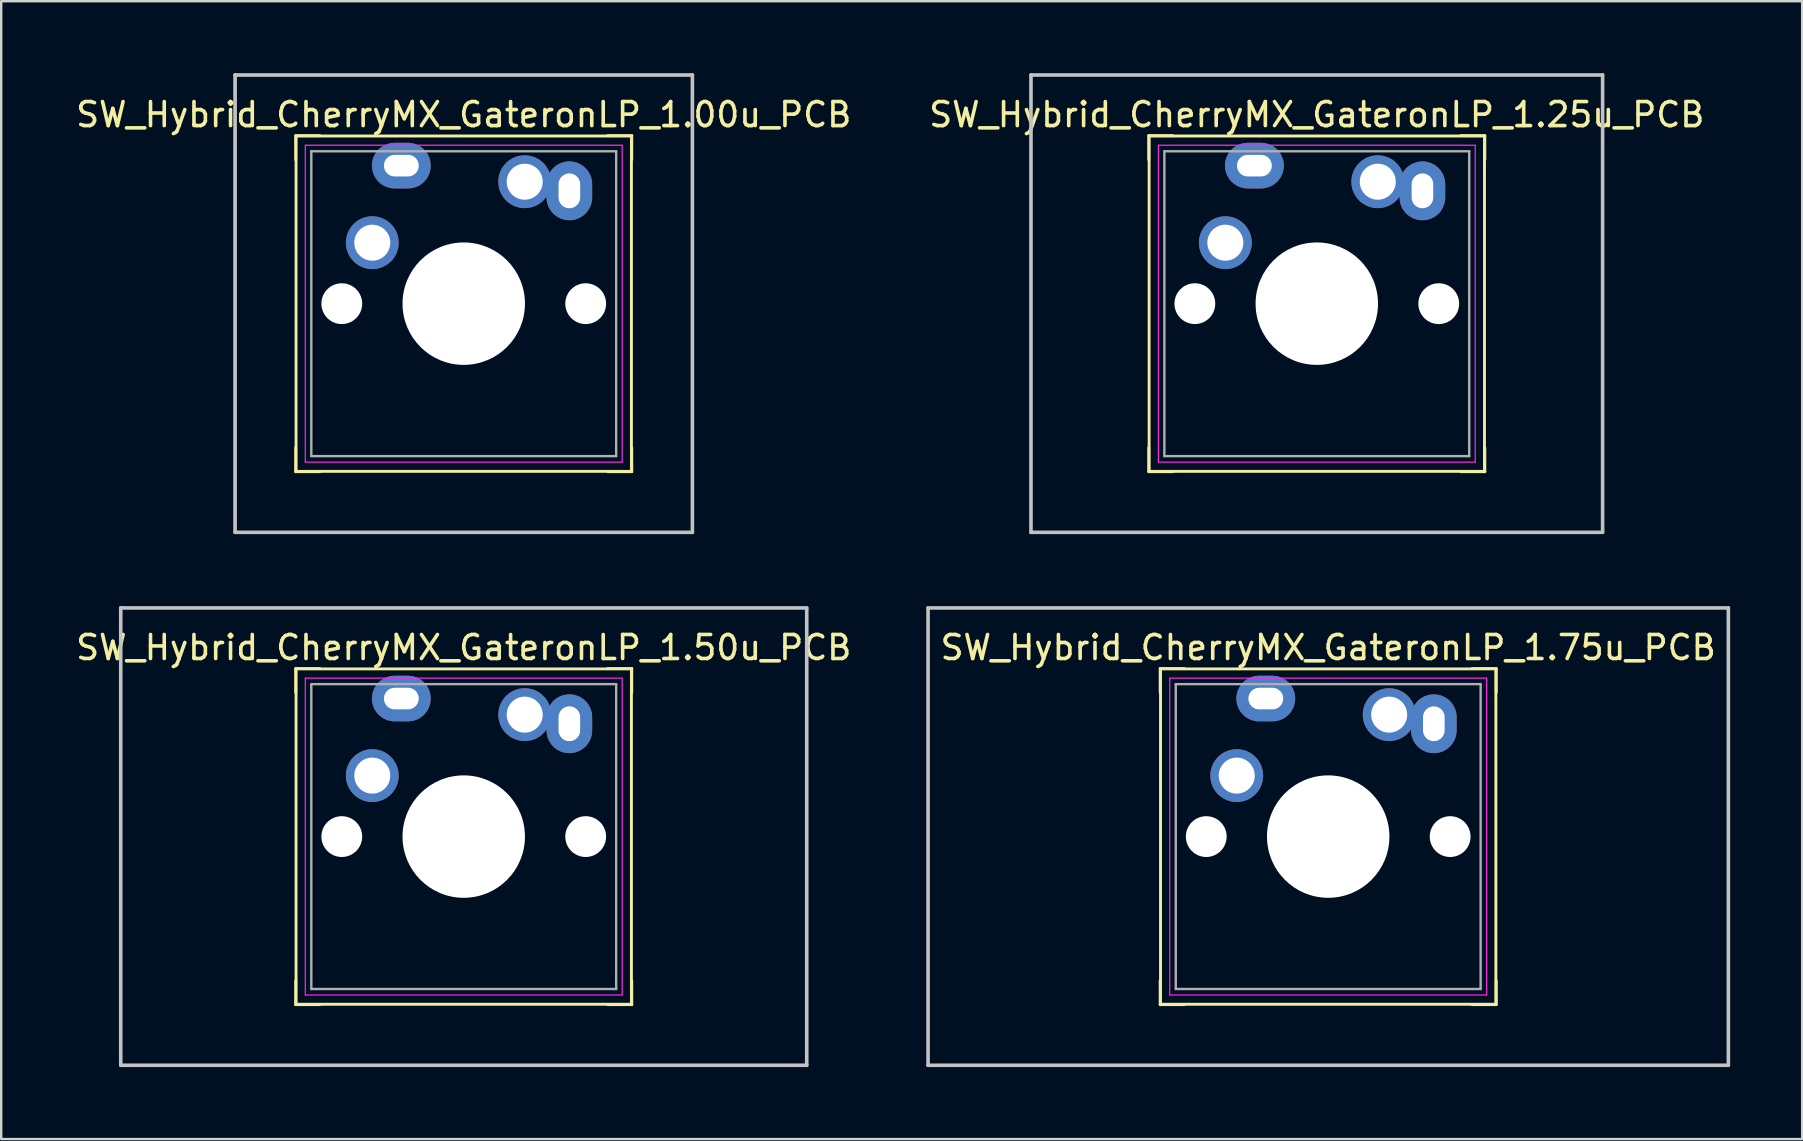
<source format=kicad_pcb>
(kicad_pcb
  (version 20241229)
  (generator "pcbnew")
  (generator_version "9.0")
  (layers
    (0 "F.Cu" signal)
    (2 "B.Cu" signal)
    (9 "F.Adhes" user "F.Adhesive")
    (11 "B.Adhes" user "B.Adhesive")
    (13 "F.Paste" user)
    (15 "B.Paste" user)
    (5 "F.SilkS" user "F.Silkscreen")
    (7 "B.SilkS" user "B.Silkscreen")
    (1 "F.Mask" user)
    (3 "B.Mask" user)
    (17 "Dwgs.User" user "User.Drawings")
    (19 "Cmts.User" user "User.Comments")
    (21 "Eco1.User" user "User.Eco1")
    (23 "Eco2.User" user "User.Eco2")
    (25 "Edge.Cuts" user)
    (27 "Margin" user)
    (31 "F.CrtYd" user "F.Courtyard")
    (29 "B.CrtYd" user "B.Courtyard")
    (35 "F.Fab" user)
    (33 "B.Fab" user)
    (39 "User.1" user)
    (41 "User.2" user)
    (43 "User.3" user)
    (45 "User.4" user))
  (footprint "SW_Hybrid_CherryMX_GateronLP_1.50u_PCB"
    (layer "F.Cu")
    (at 18.808 26.72)
    (property "Reference" "SW_Hybrid_CherryMX_GateronLP_1.50u_PCB" (at -2.54 -2.794 0) (layer "F.SilkS") (effects (font (size 1 1) (thickness 0.15))))
    (attr through_hole)
    (fp_line (start -9.54 -1.92) (end -8.54 -1.92) (stroke (width 0.12) (type solid)) (layer "F.SilkS"))
    (fp_line (start -9.54 -0.92) (end -9.54 -1.92) (stroke (width 0.12) (type solid)) (layer "F.SilkS"))
    (fp_line (start -9.54 12.08) (end -9.54 11.08) (stroke (width 0.12) (type solid)) (layer "F.SilkS"))
    (fp_line (start -9.525 -1.905) (end 4.445 -1.905) (stroke (width 0.12) (type solid)) (layer "F.SilkS"))
    (fp_line (start -9.525 12.065) (end -9.525 -1.905) (stroke (width 0.12) (type solid)) (layer "F.SilkS"))
    (fp_line (start -8.54 12.08) (end -9.54 12.08) (stroke (width 0.12) (type solid)) (layer "F.SilkS"))
    (fp_line (start 3.46 -1.92) (end 4.46 -1.92) (stroke (width 0.12) (type solid)) (layer "F.SilkS"))
    (fp_line (start 4.445 -1.905) (end 4.445 12.065) (stroke (width 0.12) (type solid)) (layer "F.SilkS"))
    (fp_line (start 4.445 12.065) (end -9.525 12.065) (stroke (width 0.12) (type solid)) (layer "F.SilkS"))
    (fp_line (start 4.46 -1.92) (end 4.46 -0.92) (stroke (width 0.12) (type solid)) (layer "F.SilkS"))
    (fp_line (start 4.46 12.08) (end 3.46 12.08) (stroke (width 0.12) (type solid)) (layer "F.SilkS"))
    (fp_line (start 4.46 12.08) (end 4.46 11.08) (stroke (width 0.12) (type solid)) (layer "F.SilkS"))
    (fp_line (start -16.828 -4.445) (end 11.748 -4.445) (stroke (width 0.15) (type solid)) (layer "Dwgs.User"))
    (fp_line (start -16.828 14.605) (end -16.828 -4.445) (stroke (width 0.15) (type solid)) (layer "Dwgs.User"))
    (fp_line (start 11.748 -4.445) (end 11.748 14.605) (stroke (width 0.15) (type solid)) (layer "Dwgs.User"))
    (fp_line (start 11.748 14.605) (end -16.828 14.605) (stroke (width 0.15) (type solid)) (layer "Dwgs.User"))
    (fp_line (start -9.54 12.08) (end -9.54 -1.92) (stroke (width 0.1) (type solid)) (layer "Eco1.User"))
    (fp_line (start 4.46 -1.92) (end -9.54 -1.92) (stroke (width 0.1) (type solid)) (layer "Eco1.User"))
    (fp_line (start 4.46 12.08) (end -9.54 12.08) (stroke (width 0.1) (type solid)) (layer "Eco1.User"))
    (fp_line (start 4.46 12.08) (end 4.46 -1.92) (stroke (width 0.1) (type solid)) (layer "Eco1.User"))
    (fp_rect (start -4.34 11.38) (end 0.66 9.13) (stroke (width 0.12) (type solid)) (fill no) (layer "Eco1.User"))
    (fp_line (start -9.14 -1.52) (end 4.06 -1.52) (stroke (width 0.05) (type solid)) (layer "F.CrtYd"))
    (fp_line (start -9.14 11.68) (end -9.14 -1.52) (stroke (width 0.05) (type solid)) (layer "F.CrtYd"))
    (fp_line (start 4.06 -1.52) (end 4.06 11.68) (stroke (width 0.05) (type solid)) (layer "F.CrtYd"))
    (fp_line (start 4.06 11.68) (end -9.14 11.68) (stroke (width 0.05) (type solid)) (layer "F.CrtYd"))
    (fp_line (start -8.89 -1.27) (end 3.81 -1.27) (stroke (width 0.1) (type solid)) (layer "F.Fab"))
    (fp_line (start -8.89 11.43) (end -8.89 -1.27) (stroke (width 0.1) (type solid)) (layer "F.Fab"))
    (fp_line (start 3.81 -1.27) (end 3.81 11.43) (stroke (width 0.1) (type solid)) (layer "F.Fab"))
    (fp_line (start 3.81 11.43) (end -8.89 11.43) (stroke (width 0.1) (type solid)) (layer "F.Fab"))
    (pad "" np_thru_hole circle (at -7.62 5.08) (size 1.7 1.7) (drill 1.7) (layers "*.Cu" "*.Mask"))
    (pad "" np_thru_hole circle (at -2.54 5.08 180) (size 5.1 5.1) (drill 5.1) (layers "*.Cu" "*.Mask"))
    (pad "" np_thru_hole circle (at 2.54 5.08) (size 1.7 1.7) (drill 1.7) (layers "*.Cu" "*.Mask"))
    (pad "1" thru_hole circle (at 0 0) (size 2.2 2.2) (drill 1.5) (layers "*.Cu" "*.Mask"))
    (pad "1" thru_hole oval (at 1.86 0.38 270) (size 2.45 1.9) (drill oval 1.45 0.9) (layers "*.Cu" "*.Mask"))
    (pad "2" thru_hole circle (at -6.35 2.54) (size 2.2 2.2) (drill 1.5) (layers "*.Cu" "*.Mask"))
    (pad "2" thru_hole oval (at -5.14 -0.67 180) (size 2.45 1.9) (drill oval 1.45 0.9) (layers "*.Cu" "*.Mask")))
  (footprint "SW_Hybrid_CherryMX_GateronLP_1.75u_PCB"
    (layer "F.Cu")
    (at 54.819 26.72)
    (property "Reference" "SW_Hybrid_CherryMX_GateronLP_1.75u_PCB" (at -2.54 -2.794 0) (layer "F.SilkS") (effects (font (size 1 1) (thickness 0.15))))
    (attr through_hole)
    (fp_line (start -9.54 -1.92) (end -8.54 -1.92) (stroke (width 0.12) (type solid)) (layer "F.SilkS"))
    (fp_line (start -9.54 -0.92) (end -9.54 -1.92) (stroke (width 0.12) (type solid)) (layer "F.SilkS"))
    (fp_line (start -9.54 12.08) (end -9.54 11.08) (stroke (width 0.12) (type solid)) (layer "F.SilkS"))
    (fp_line (start -9.525 -1.905) (end 4.445 -1.905) (stroke (width 0.12) (type solid)) (layer "F.SilkS"))
    (fp_line (start -9.525 12.065) (end -9.525 -1.905) (stroke (width 0.12) (type solid)) (layer "F.SilkS"))
    (fp_line (start -8.54 12.08) (end -9.54 12.08) (stroke (width 0.12) (type solid)) (layer "F.SilkS"))
    (fp_line (start 3.46 -1.92) (end 4.46 -1.92) (stroke (width 0.12) (type solid)) (layer "F.SilkS"))
    (fp_line (start 4.445 -1.905) (end 4.445 12.065) (stroke (width 0.12) (type solid)) (layer "F.SilkS"))
    (fp_line (start 4.445 12.065) (end -9.525 12.065) (stroke (width 0.12) (type solid)) (layer "F.SilkS"))
    (fp_line (start 4.46 -1.92) (end 4.46 -0.92) (stroke (width 0.12) (type solid)) (layer "F.SilkS"))
    (fp_line (start 4.46 12.08) (end 3.46 12.08) (stroke (width 0.12) (type solid)) (layer "F.SilkS"))
    (fp_line (start 4.46 12.08) (end 4.46 11.08) (stroke (width 0.12) (type solid)) (layer "F.SilkS"))
    (fp_line (start -19.209 -4.445) (end 14.129 -4.445) (stroke (width 0.15) (type solid)) (layer "Dwgs.User"))
    (fp_line (start -19.209 14.605) (end -19.209 -4.445) (stroke (width 0.15) (type solid)) (layer "Dwgs.User"))
    (fp_line (start 14.129 -4.445) (end 14.129 14.605) (stroke (width 0.15) (type solid)) (layer "Dwgs.User"))
    (fp_line (start 14.129 14.605) (end -19.209 14.605) (stroke (width 0.15) (type solid)) (layer "Dwgs.User"))
    (fp_line (start -9.54 12.08) (end -9.54 -1.92) (stroke (width 0.1) (type solid)) (layer "Eco1.User"))
    (fp_line (start 4.46 -1.92) (end -9.54 -1.92) (stroke (width 0.1) (type solid)) (layer "Eco1.User"))
    (fp_line (start 4.46 12.08) (end -9.54 12.08) (stroke (width 0.1) (type solid)) (layer "Eco1.User"))
    (fp_line (start 4.46 12.08) (end 4.46 -1.92) (stroke (width 0.1) (type solid)) (layer "Eco1.User"))
    (fp_rect (start -4.34 11.38) (end 0.66 9.13) (stroke (width 0.12) (type solid)) (fill no) (layer "Eco1.User"))
    (fp_line (start -9.14 -1.52) (end 4.06 -1.52) (stroke (width 0.05) (type solid)) (layer "F.CrtYd"))
    (fp_line (start -9.14 11.68) (end -9.14 -1.52) (stroke (width 0.05) (type solid)) (layer "F.CrtYd"))
    (fp_line (start 4.06 -1.52) (end 4.06 11.68) (stroke (width 0.05) (type solid)) (layer "F.CrtYd"))
    (fp_line (start 4.06 11.68) (end -9.14 11.68) (stroke (width 0.05) (type solid)) (layer "F.CrtYd"))
    (fp_line (start -8.89 -1.27) (end 3.81 -1.27) (stroke (width 0.1) (type solid)) (layer "F.Fab"))
    (fp_line (start -8.89 11.43) (end -8.89 -1.27) (stroke (width 0.1) (type solid)) (layer "F.Fab"))
    (fp_line (start 3.81 -1.27) (end 3.81 11.43) (stroke (width 0.1) (type solid)) (layer "F.Fab"))
    (fp_line (start 3.81 11.43) (end -8.89 11.43) (stroke (width 0.1) (type solid)) (layer "F.Fab"))
    (pad "" np_thru_hole circle (at -7.62 5.08) (size 1.7 1.7) (drill 1.7) (layers "*.Cu" "*.Mask"))
    (pad "" np_thru_hole circle (at -2.54 5.08 180) (size 5.1 5.1) (drill 5.1) (layers "*.Cu" "*.Mask"))
    (pad "" np_thru_hole circle (at 2.54 5.08) (size 1.7 1.7) (drill 1.7) (layers "*.Cu" "*.Mask"))
    (pad "1" thru_hole circle (at 0 0) (size 2.2 2.2) (drill 1.5) (layers "*.Cu" "*.Mask"))
    (pad "1" thru_hole oval (at 1.86 0.38 270) (size 2.45 1.9) (drill oval 1.45 0.9) (layers "*.Cu" "*.Mask"))
    (pad "2" thru_hole circle (at -6.35 2.54) (size 2.2 2.2) (drill 1.5) (layers "*.Cu" "*.Mask"))
    (pad "2" thru_hole oval (at -5.14 -0.67 180) (size 2.45 1.9) (drill oval 1.45 0.9) (layers "*.Cu" "*.Mask")))
  (footprint "SW_Hybrid_CherryMX_GateronLP_1.25u_PCB"
    (layer "F.Cu")
    (at 54.344 4.52)
    (property "Reference" "SW_Hybrid_CherryMX_GateronLP_1.25u_PCB" (at -2.54 -2.794 0) (layer "F.SilkS") (effects (font (size 1 1) (thickness 0.15))))
    (attr through_hole)
    (fp_line (start -9.54 -1.92) (end -8.54 -1.92) (stroke (width 0.12) (type solid)) (layer "F.SilkS"))
    (fp_line (start -9.54 -0.92) (end -9.54 -1.92) (stroke (width 0.12) (type solid)) (layer "F.SilkS"))
    (fp_line (start -9.54 12.08) (end -9.54 11.08) (stroke (width 0.12) (type solid)) (layer "F.SilkS"))
    (fp_line (start -9.525 -1.905) (end 4.445 -1.905) (stroke (width 0.12) (type solid)) (layer "F.SilkS"))
    (fp_line (start -9.525 12.065) (end -9.525 -1.905) (stroke (width 0.12) (type solid)) (layer "F.SilkS"))
    (fp_line (start -8.54 12.08) (end -9.54 12.08) (stroke (width 0.12) (type solid)) (layer "F.SilkS"))
    (fp_line (start 3.46 -1.92) (end 4.46 -1.92) (stroke (width 0.12) (type solid)) (layer "F.SilkS"))
    (fp_line (start 4.445 -1.905) (end 4.445 12.065) (stroke (width 0.12) (type solid)) (layer "F.SilkS"))
    (fp_line (start 4.445 12.065) (end -9.525 12.065) (stroke (width 0.12) (type solid)) (layer "F.SilkS"))
    (fp_line (start 4.46 -1.92) (end 4.46 -0.92) (stroke (width 0.12) (type solid)) (layer "F.SilkS"))
    (fp_line (start 4.46 12.08) (end 3.46 12.08) (stroke (width 0.12) (type solid)) (layer "F.SilkS"))
    (fp_line (start 4.46 12.08) (end 4.46 11.08) (stroke (width 0.12) (type solid)) (layer "F.SilkS"))
    (fp_line (start -14.446 -4.445) (end 9.366 -4.445) (stroke (width 0.15) (type solid)) (layer "Dwgs.User"))
    (fp_line (start -14.446 14.605) (end -14.446 -4.445) (stroke (width 0.15) (type solid)) (layer "Dwgs.User"))
    (fp_line (start 9.366 -4.445) (end 9.366 14.605) (stroke (width 0.15) (type solid)) (layer "Dwgs.User"))
    (fp_line (start 9.366 14.605) (end -14.446 14.605) (stroke (width 0.15) (type solid)) (layer "Dwgs.User"))
    (fp_line (start -9.54 12.08) (end -9.54 -1.92) (stroke (width 0.1) (type solid)) (layer "Eco1.User"))
    (fp_line (start 4.46 -1.92) (end -9.54 -1.92) (stroke (width 0.1) (type solid)) (layer "Eco1.User"))
    (fp_line (start 4.46 12.08) (end -9.54 12.08) (stroke (width 0.1) (type solid)) (layer "Eco1.User"))
    (fp_line (start 4.46 12.08) (end 4.46 -1.92) (stroke (width 0.1) (type solid)) (layer "Eco1.User"))
    (fp_rect (start -4.34 11.38) (end 0.66 9.13) (stroke (width 0.12) (type solid)) (fill no) (layer "Eco1.User"))
    (fp_line (start -9.14 -1.52) (end 4.06 -1.52) (stroke (width 0.05) (type solid)) (layer "F.CrtYd"))
    (fp_line (start -9.14 11.68) (end -9.14 -1.52) (stroke (width 0.05) (type solid)) (layer "F.CrtYd"))
    (fp_line (start 4.06 -1.52) (end 4.06 11.68) (stroke (width 0.05) (type solid)) (layer "F.CrtYd"))
    (fp_line (start 4.06 11.68) (end -9.14 11.68) (stroke (width 0.05) (type solid)) (layer "F.CrtYd"))
    (fp_line (start -8.89 -1.27) (end 3.81 -1.27) (stroke (width 0.1) (type solid)) (layer "F.Fab"))
    (fp_line (start -8.89 11.43) (end -8.89 -1.27) (stroke (width 0.1) (type solid)) (layer "F.Fab"))
    (fp_line (start 3.81 -1.27) (end 3.81 11.43) (stroke (width 0.1) (type solid)) (layer "F.Fab"))
    (fp_line (start 3.81 11.43) (end -8.89 11.43) (stroke (width 0.1) (type solid)) (layer "F.Fab"))
    (pad "" np_thru_hole circle (at -7.62 5.08) (size 1.7 1.7) (drill 1.7) (layers "*.Cu" "*.Mask"))
    (pad "" np_thru_hole circle (at -2.54 5.08 180) (size 5.1 5.1) (drill 5.1) (layers "*.Cu" "*.Mask"))
    (pad "" np_thru_hole circle (at 2.54 5.08) (size 1.7 1.7) (drill 1.7) (layers "*.Cu" "*.Mask"))
    (pad "1" thru_hole circle (at 0 0) (size 2.2 2.2) (drill 1.5) (layers "*.Cu" "*.Mask"))
    (pad "1" thru_hole oval (at 1.86 0.38 270) (size 2.45 1.9) (drill oval 1.45 0.9) (layers "*.Cu" "*.Mask"))
    (pad "2" thru_hole circle (at -6.35 2.54) (size 2.2 2.2) (drill 1.5) (layers "*.Cu" "*.Mask"))
    (pad "2" thru_hole oval (at -5.14 -0.67 180) (size 2.45 1.9) (drill oval 1.45 0.9) (layers "*.Cu" "*.Mask")))
  (footprint "SW_Hybrid_CherryMX_GateronLP_1.00u_PCB"
    (layer "F.Cu")
    (at 18.808 4.52)
    (property "Reference" "SW_Hybrid_CherryMX_GateronLP_1.00u_PCB" (at -2.54 -2.794 0) (layer "F.SilkS") (effects (font (size 1 1) (thickness 0.15))))
    (attr through_hole)
    (fp_line (start -9.54 -1.92) (end -8.54 -1.92) (stroke (width 0.12) (type solid)) (layer "F.SilkS"))
    (fp_line (start -9.54 -0.92) (end -9.54 -1.92) (stroke (width 0.12) (type solid)) (layer "F.SilkS"))
    (fp_line (start -9.54 12.08) (end -9.54 11.08) (stroke (width 0.12) (type solid)) (layer "F.SilkS"))
    (fp_line (start -9.525 -1.905) (end 4.445 -1.905) (stroke (width 0.12) (type solid)) (layer "F.SilkS"))
    (fp_line (start -9.525 12.065) (end -9.525 -1.905) (stroke (width 0.12) (type solid)) (layer "F.SilkS"))
    (fp_line (start -8.54 12.08) (end -9.54 12.08) (stroke (width 0.12) (type solid)) (layer "F.SilkS"))
    (fp_line (start 3.46 -1.92) (end 4.46 -1.92) (stroke (width 0.12) (type solid)) (layer "F.SilkS"))
    (fp_line (start 4.445 -1.905) (end 4.445 12.065) (stroke (width 0.12) (type solid)) (layer "F.SilkS"))
    (fp_line (start 4.445 12.065) (end -9.525 12.065) (stroke (width 0.12) (type solid)) (layer "F.SilkS"))
    (fp_line (start 4.46 -1.92) (end 4.46 -0.92) (stroke (width 0.12) (type solid)) (layer "F.SilkS"))
    (fp_line (start 4.46 12.08) (end 3.46 12.08) (stroke (width 0.12) (type solid)) (layer "F.SilkS"))
    (fp_line (start 4.46 12.08) (end 4.46 11.08) (stroke (width 0.12) (type solid)) (layer "F.SilkS"))
    (fp_line (start -12.065 -4.445) (end 6.985 -4.445) (stroke (width 0.1) (type solid)) (layer "Dwgs.User"))
    (fp_line (start -12.065 -4.445) (end 6.985 -4.445) (stroke (width 0.15) (type solid)) (layer "Dwgs.User"))
    (fp_line (start -12.065 14.605) (end -12.065 -4.445) (stroke (width 0.1) (type solid)) (layer "Dwgs.User"))
    (fp_line (start -12.065 14.605) (end -12.065 -4.445) (stroke (width 0.15) (type solid)) (layer "Dwgs.User"))
    (fp_line (start 6.985 -4.445) (end 6.985 14.605) (stroke (width 0.1) (type solid)) (layer "Dwgs.User"))
    (fp_line (start 6.985 -4.445) (end 6.985 14.605) (stroke (width 0.15) (type solid)) (layer "Dwgs.User"))
    (fp_line (start 6.985 14.605) (end -12.065 14.605) (stroke (width 0.1) (type solid)) (layer "Dwgs.User"))
    (fp_line (start 6.985 14.605) (end -12.065 14.605) (stroke (width 0.15) (type solid)) (layer "Dwgs.User"))
    (fp_line (start -9.54 12.08) (end -9.54 -1.92) (stroke (width 0.1) (type solid)) (layer "Eco1.User"))
    (fp_line (start 4.46 -1.92) (end -9.54 -1.92) (stroke (width 0.1) (type solid)) (layer "Eco1.User"))
    (fp_line (start 4.46 12.08) (end -9.54 12.08) (stroke (width 0.1) (type solid)) (layer "Eco1.User"))
    (fp_line (start 4.46 12.08) (end 4.46 -1.92) (stroke (width 0.1) (type solid)) (layer "Eco1.User"))
    (fp_rect (start -4.34 11.38) (end 0.66 9.13) (stroke (width 0.12) (type solid)) (fill no) (layer "Eco1.User"))
    (fp_line (start -9.14 -1.52) (end 4.06 -1.52) (stroke (width 0.05) (type solid)) (layer "F.CrtYd"))
    (fp_line (start -9.14 11.68) (end -9.14 -1.52) (stroke (width 0.05) (type solid)) (layer "F.CrtYd"))
    (fp_line (start 4.06 -1.52) (end 4.06 11.68) (stroke (width 0.05) (type solid)) (layer "F.CrtYd"))
    (fp_line (start 4.06 11.68) (end -9.14 11.68) (stroke (width 0.05) (type solid)) (layer "F.CrtYd"))
    (fp_line (start -8.89 -1.27) (end 3.81 -1.27) (stroke (width 0.1) (type solid)) (layer "F.Fab"))
    (fp_line (start -8.89 11.43) (end -8.89 -1.27) (stroke (width 0.1) (type solid)) (layer "F.Fab"))
    (fp_line (start 3.81 -1.27) (end 3.81 11.43) (stroke (width 0.1) (type solid)) (layer "F.Fab"))
    (fp_line (start 3.81 11.43) (end -8.89 11.43) (stroke (width 0.1) (type solid)) (layer "F.Fab"))
    (pad "" np_thru_hole circle (at -7.62 5.08) (size 1.7 1.7) (drill 1.7) (layers "*.Cu" "*.Mask"))
    (pad "" np_thru_hole circle (at -2.54 5.08 180) (size 5.1 5.1) (drill 5.1) (layers "*.Cu" "*.Mask"))
    (pad "" np_thru_hole circle (at 2.54 5.08) (size 1.7 1.7) (drill 1.7) (layers "*.Cu" "*.Mask"))
    (pad "1" thru_hole circle (at 0 0) (size 2.2 2.2) (drill 1.5) (layers "*.Cu" "*.Mask"))
    (pad "1" thru_hole oval (at 1.86 0.38 270) (size 2.45 1.9) (drill oval 1.45 0.9) (layers "*.Cu" "*.Mask"))
    (pad "2" thru_hole circle (at -6.35 2.54) (size 2.2 2.2) (drill 1.5) (layers "*.Cu" "*.Mask"))
    (pad "2" thru_hole oval (at -5.14 -0.67 180) (size 2.45 1.9) (drill oval 1.45 0.9) (layers "*.Cu" "*.Mask")))
  (gr_rect
    (start -3 -3)
    (end 72.023 44.4)
    (stroke (width 0.1) (type default))
    (fill no)
    (layer "Edge.Cuts")))
</source>
